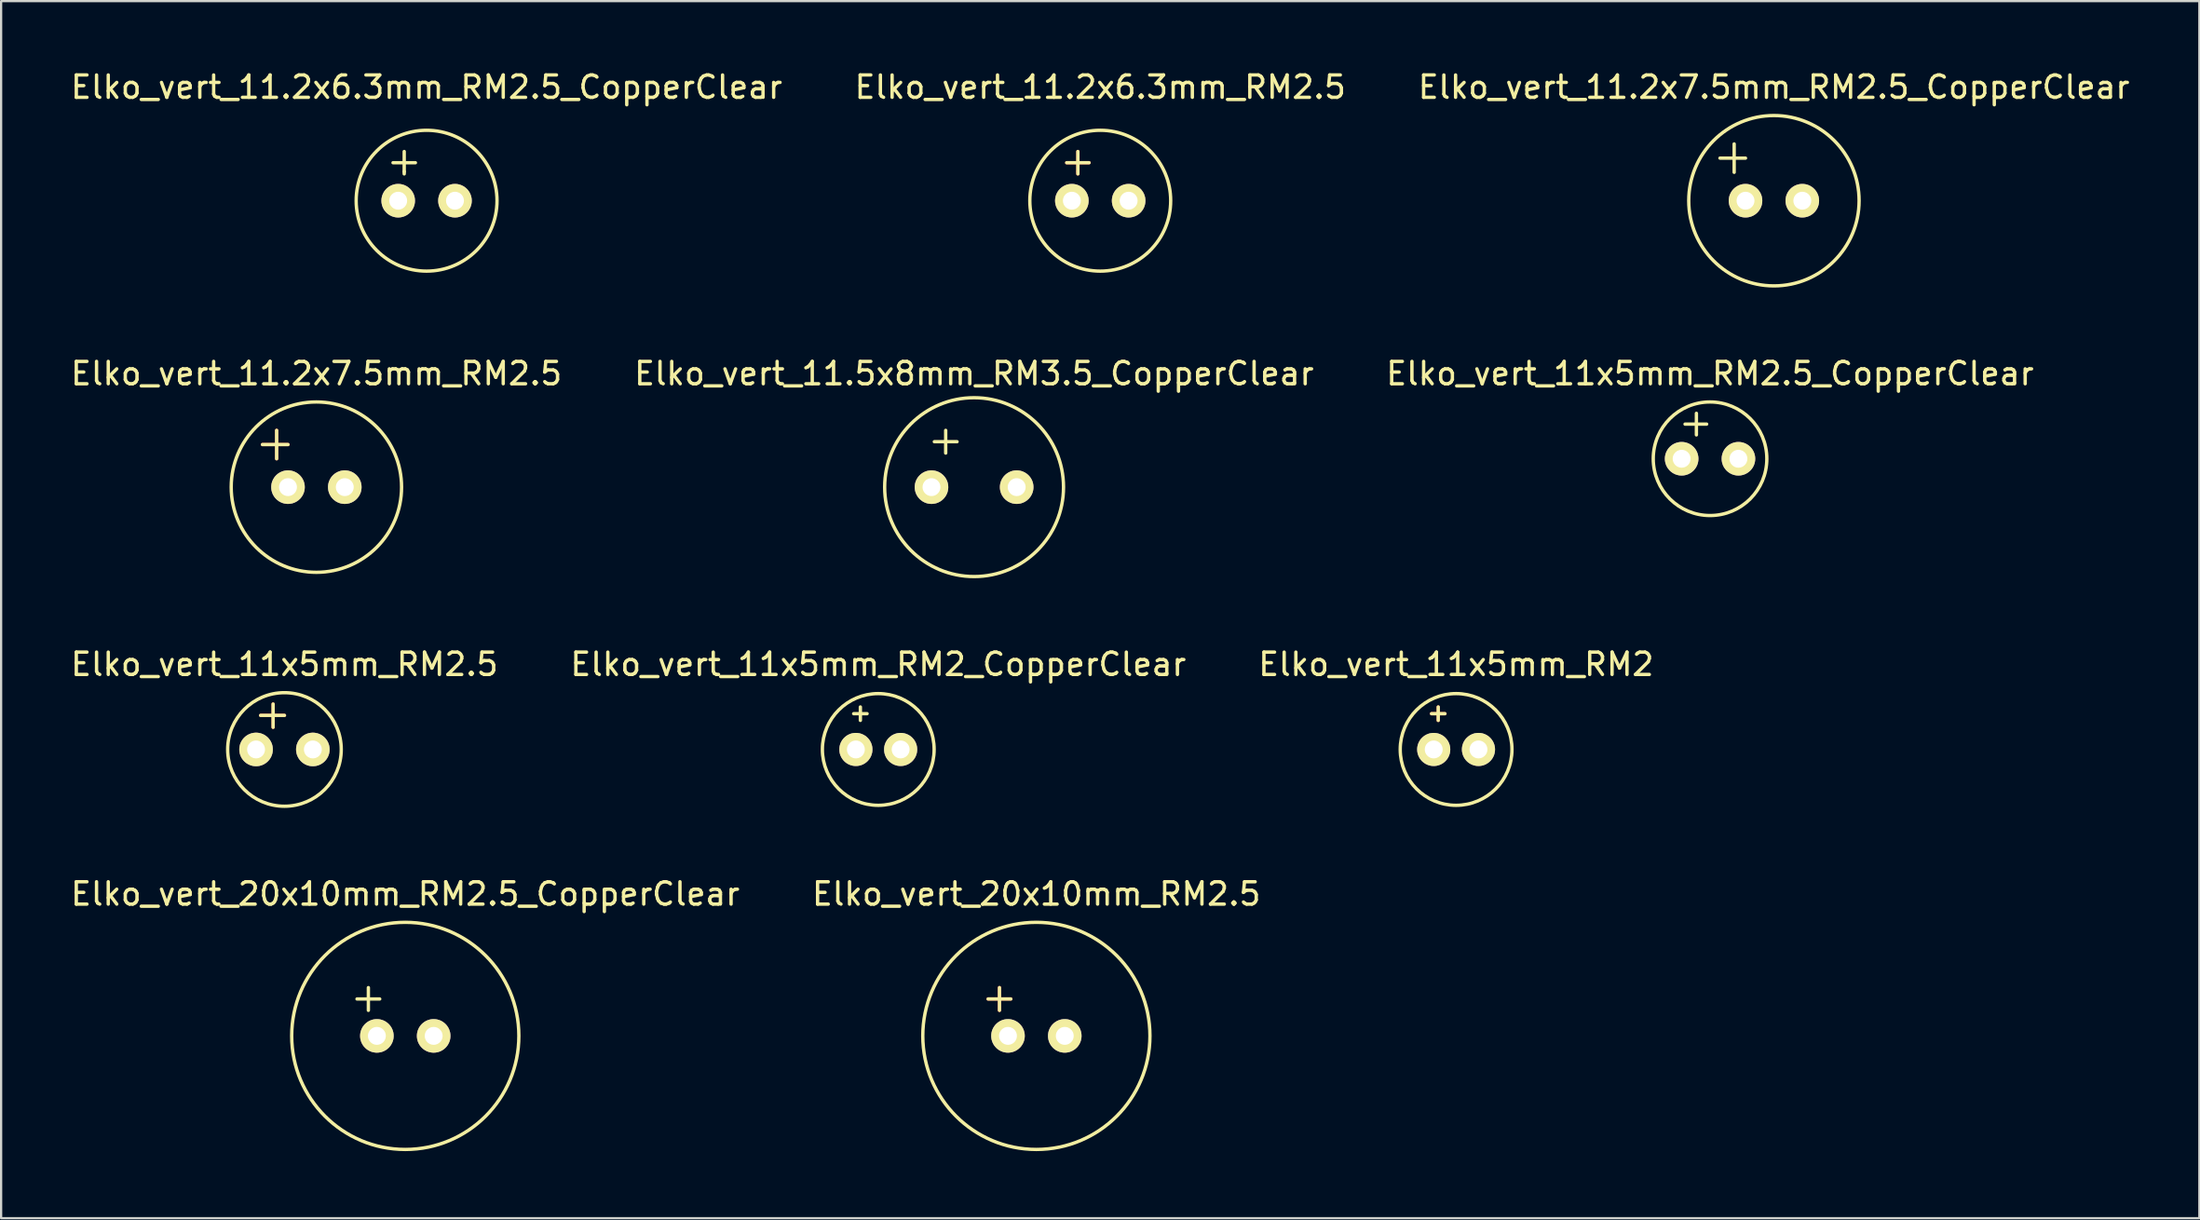
<source format=kicad_pcb>
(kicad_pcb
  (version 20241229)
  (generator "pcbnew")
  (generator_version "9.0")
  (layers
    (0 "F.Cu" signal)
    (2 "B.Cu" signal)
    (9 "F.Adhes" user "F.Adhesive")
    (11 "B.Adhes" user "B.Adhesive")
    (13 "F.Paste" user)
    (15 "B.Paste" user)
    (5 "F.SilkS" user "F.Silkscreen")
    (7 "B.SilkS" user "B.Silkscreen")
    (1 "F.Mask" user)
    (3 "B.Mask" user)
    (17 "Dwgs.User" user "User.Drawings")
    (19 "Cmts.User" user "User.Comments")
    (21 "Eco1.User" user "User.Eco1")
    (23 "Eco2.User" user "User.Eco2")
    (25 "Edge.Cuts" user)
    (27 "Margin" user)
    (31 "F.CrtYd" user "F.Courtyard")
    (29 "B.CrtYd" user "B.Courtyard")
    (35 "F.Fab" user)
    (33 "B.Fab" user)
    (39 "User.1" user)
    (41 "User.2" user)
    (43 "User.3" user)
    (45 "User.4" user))
  (footprint "Elko_vert_11x5mm_RM2.5"
    (layer "F.Cu")
    (at 8.403 30.475)
    (property "Reference" "Elko_vert_11x5mm_RM2.5" (at 1.27 -3.81 0) (layer "F.SilkS") (effects (font (size 1 1) (thickness 0.15))))
    (attr through_hole)
    (fp_line (start 0.203 -1.524) (end 1.27 -1.524) (stroke (width 0.15) (type solid)) (layer "F.Cu"))
    (fp_line (start 0.762 -2.032) (end 0.762 -0.991) (stroke (width 0.15) (type solid)) (layer "F.Cu"))
    (fp_line (start 0.762 -2.032) (end 0.762 -0.991) (stroke (width 0.15) (type solid)) (layer "F.SilkS"))
    (fp_line (start 1.27 -1.524) (end 0.203 -1.524) (stroke (width 0.15) (type solid)) (layer "F.SilkS"))
    (fp_circle (center 1.27 0) (end 3.81 0) (stroke (width 0.15) (type solid)) (fill no) (layer "F.SilkS"))
    (pad "1" thru_hole circle (at 0 0) (size 1.501 1.501) (drill 0.8) (layers "*.Cu" "*.Mask" "F.SilkS"))
    (pad "2" thru_hole circle (at 2.54 0) (size 1.501 1.501) (drill 0.8) (layers "*.Cu" "*.Mask" "F.SilkS")))
  (footprint "Elko_vert_11.2x6.3mm_RM2.5_CopperClear"
    (layer "F.Cu")
    (at 14.76 5.928)
    (property "Reference" "Elko_vert_11.2x6.3mm_RM2.5_CopperClear" (at 1.27 -5.08 0) (layer "F.SilkS") (effects (font (size 1 1) (thickness 0.15))))
    (attr through_hole)
    (fp_line (start -0.231 -1.699) (end 0.269 -1.699) (stroke (width 0.15) (type solid)) (layer "F.SilkS"))
    (fp_line (start 0.269 -1.699) (end 0.269 -2.2) (stroke (width 0.15) (type solid)) (layer "F.SilkS"))
    (fp_line (start 0.269 -1.699) (end 0.269 -1.3) (stroke (width 0.15) (type solid)) (layer "F.SilkS"))
    (fp_line (start 0.269 -1.699) (end 0.77 -1.699) (stroke (width 0.15) (type solid)) (layer "F.SilkS"))
    (fp_line (start 0.269 -1.3) (end 0.269 -1.199) (stroke (width 0.15) (type solid)) (layer "F.SilkS"))
    (fp_circle (center 1.27 0) (end 4.42 0) (stroke (width 0.15) (type solid)) (fill no) (layer "F.SilkS"))
    (pad "1" thru_hole circle (at 0 0) (size 1.501 1.501) (drill 0.8) (layers "*.Cu" "*.Mask" "F.SilkS"))
    (pad "2" thru_hole circle (at 2.54 0) (size 1.501 1.501) (drill 0.8) (layers "*.Cu" "*.Mask" "F.SilkS")))
  (footprint "Elko_vert_11.5x8mm_RM3.5_CopperClear"
    (layer "F.Cu")
    (at 38.613 18.741)
    (property "Reference" "Elko_vert_11.5x8mm_RM3.5_CopperClear" (at 1.905 -5.08 0) (layer "F.SilkS") (effects (font (size 1 1) (thickness 0.15))))
    (attr through_hole)
    (fp_line (start 0.127 -2.032) (end 1.143 -2.032) (stroke (width 0.15) (type solid)) (layer "F.SilkS"))
    (fp_line (start 0.635 -2.54) (end 0.635 -1.524) (stroke (width 0.15) (type solid)) (layer "F.SilkS"))
    (fp_circle (center 1.905 0) (end 5.905 0) (stroke (width 0.15) (type solid)) (fill no) (layer "F.SilkS"))
    (pad "1" thru_hole circle (at 0 0) (size 1.501 1.501) (drill 0.8) (layers "*.Cu" "*.Mask" "F.SilkS"))
    (pad "2" thru_hole circle (at 3.81 0) (size 1.501 1.501) (drill 0.8) (layers "*.Cu" "*.Mask" "F.SilkS")))
  (footprint "Elko_vert_20x10mm_RM2.5_CopperClear"
    (layer "F.Cu")
    (at 13.807 43.288)
    (property "Reference" "Elko_vert_20x10mm_RM2.5_CopperClear" (at 1.27 -6.35 0) (layer "F.SilkS") (effects (font (size 1 1) (thickness 0.15))))
    (attr through_hole)
    (fp_line (start -0.889 -1.651) (end 0.127 -1.651) (stroke (width 0.15) (type solid)) (layer "F.SilkS"))
    (fp_line (start -0.381 -2.159) (end -0.381 -1.143) (stroke (width 0.15) (type solid)) (layer "F.SilkS"))
    (fp_circle (center 1.27 0) (end 6.35 0) (stroke (width 0.15) (type solid)) (fill no) (layer "F.SilkS"))
    (pad "1" thru_hole circle (at 0 0) (size 1.501 1.501) (drill 0.8) (layers "*.Cu" "*.Mask" "F.SilkS"))
    (pad "2" thru_hole circle (at 2.54 0) (size 1.501 1.501) (drill 0.8) (layers "*.Cu" "*.Mask" "F.SilkS")))
  (footprint "Elko_vert_11.2x7.5mm_RM2.5"
    (layer "F.Cu")
    (at 9.831 18.741)
    (property "Reference" "Elko_vert_11.2x7.5mm_RM2.5" (at 1.27 -5.08 0) (layer "F.SilkS") (effects (font (size 1 1) (thickness 0.15))))
    (attr through_hole)
    (fp_line (start -1.143 -1.905) (end 0 -1.905) (stroke (width 0.15) (type solid)) (layer "F.Cu"))
    (fp_line (start -0.508 -2.54) (end -0.508 -1.27) (stroke (width 0.15) (type solid)) (layer "F.Cu"))
    (fp_line (start -1.143 -1.905) (end 0 -1.905) (stroke (width 0.15) (type solid)) (layer "F.SilkS"))
    (fp_line (start -0.508 -2.54) (end -0.508 -1.27) (stroke (width 0.15) (type solid)) (layer "F.SilkS"))
    (fp_circle (center 1.27 0) (end 5.08 0) (stroke (width 0.15) (type solid)) (fill no) (layer "F.SilkS"))
    (pad "1" thru_hole circle (at 0 0) (size 1.501 1.501) (drill 0.8) (layers "*.Cu" "*.Mask" "F.SilkS"))
    (pad "2" thru_hole circle (at 2.54 0) (size 1.501 1.501) (drill 0.8) (layers "*.Cu" "*.Mask" "F.SilkS")))
  (footprint "Elko_vert_11.2x7.5mm_RM2.5_CopperClear"
    (layer "F.Cu")
    (at 75.022 5.928)
    (property "Reference" "Elko_vert_11.2x7.5mm_RM2.5_CopperClear" (at 1.27 -5.08 0) (layer "F.SilkS") (effects (font (size 1 1) (thickness 0.15))))
    (attr through_hole)
    (fp_line (start -1.143 -1.905) (end 0 -1.905) (stroke (width 0.15) (type solid)) (layer "F.SilkS"))
    (fp_line (start -0.508 -2.54) (end -0.508 -1.27) (stroke (width 0.15) (type solid)) (layer "F.SilkS"))
    (fp_circle (center 1.27 0) (end 5.08 0) (stroke (width 0.15) (type solid)) (fill no) (layer "F.SilkS"))
    (pad "1" thru_hole circle (at 0 0) (size 1.501 1.501) (drill 0.8) (layers "*.Cu" "*.Mask" "F.SilkS"))
    (pad "2" thru_hole circle (at 2.54 0) (size 1.501 1.501) (drill 0.8) (layers "*.Cu" "*.Mask" "F.SilkS")))
  (footprint "Elko_vert_11x5mm_RM2.5_CopperClear"
    (layer "F.Cu")
    (at 72.165 17.471)
    (property "Reference" "Elko_vert_11x5mm_RM2.5_CopperClear" (at 1.27 -3.81 0) (layer "F.SilkS") (effects (font (size 1 1) (thickness 0.15))))
    (attr through_hole)
    (fp_line (start 0.152 -1.549) (end 1.118 -1.549) (stroke (width 0.15) (type solid)) (layer "F.SilkS"))
    (fp_line (start 0.66 -2.032) (end 0.66 -1.067) (stroke (width 0.15) (type solid)) (layer "F.SilkS"))
    (fp_circle (center 1.27 0) (end 3.81 0) (stroke (width 0.15) (type solid)) (fill no) (layer "F.SilkS"))
    (pad "1" thru_hole circle (at 0 0) (size 1.501 1.501) (drill 0.8) (layers "*.Cu" "*.Mask" "F.SilkS"))
    (pad "2" thru_hole circle (at 2.54 0) (size 1.501 1.501) (drill 0.8) (layers "*.Cu" "*.Mask" "F.SilkS")))
  (footprint "Elko_vert_11x5mm_RM2_CopperClear"
    (layer "F.Cu")
    (at 35.216 30.475)
    (property "Reference" "Elko_vert_11x5mm_RM2_CopperClear" (at 1.016 -3.81 0) (layer "F.SilkS") (effects (font (size 1 1) (thickness 0.15))))
    (attr through_hole)
    (fp_line (start -0.084 -1.6) (end 0.216 -1.6) (stroke (width 0.15) (type solid)) (layer "F.SilkS"))
    (fp_line (start 0.216 -1.6) (end 0.216 -1.9) (stroke (width 0.15) (type solid)) (layer "F.SilkS"))
    (fp_line (start 0.216 -1.6) (end 0.216 -1.3) (stroke (width 0.15) (type solid)) (layer "F.SilkS"))
    (fp_line (start 0.216 -1.6) (end 0.516 -1.6) (stroke (width 0.15) (type solid)) (layer "F.SilkS"))
    (fp_circle (center 1.016 0) (end 3.515 0) (stroke (width 0.15) (type solid)) (fill no) (layer "F.SilkS"))
    (pad "1" thru_hole circle (at 0.015 0) (size 1.481 1.481) (drill 0.8) (layers "*.Cu" "*.Mask" "F.SilkS"))
    (pad "2" thru_hole circle (at 2.017 0) (size 1.481 1.481) (drill 0.8) (layers "*.Cu" "*.Mask" "F.SilkS")))
  (footprint "Elko_vert_20x10mm_RM2.5"
    (layer "F.Cu")
    (at 42.034 43.288)
    (property "Reference" "Elko_vert_20x10mm_RM2.5" (at 1.27 -6.35 0) (layer "F.SilkS") (effects (font (size 1 1) (thickness 0.15))))
    (attr through_hole)
    (fp_line (start -0.889 -1.651) (end 0.127 -1.651) (stroke (width 0.15) (type solid)) (layer "F.Cu"))
    (fp_line (start -0.381 -2.159) (end -0.381 -1.143) (stroke (width 0.15) (type solid)) (layer "F.Cu"))
    (fp_line (start -0.889 -1.651) (end 0.127 -1.651) (stroke (width 0.15) (type solid)) (layer "F.SilkS"))
    (fp_line (start -0.381 -2.159) (end -0.381 -1.143) (stroke (width 0.15) (type solid)) (layer "F.SilkS"))
    (fp_circle (center 1.27 0) (end 6.35 0) (stroke (width 0.15) (type solid)) (fill no) (layer "F.SilkS"))
    (pad "1" thru_hole circle (at 0 0) (size 1.501 1.501) (drill 0.8) (layers "*.Cu" "*.Mask" "F.SilkS"))
    (pad "2" thru_hole circle (at 2.54 0) (size 1.501 1.501) (drill 0.8) (layers "*.Cu" "*.Mask" "F.SilkS")))
  (footprint "Elko_vert_11x5mm_RM2"
    (layer "F.Cu")
    (at 61.061 30.475)
    (property "Reference" "Elko_vert_11x5mm_RM2" (at 1.016 -3.81 0) (layer "F.SilkS") (effects (font (size 1 1) (thickness 0.15))))
    (attr through_hole)
    (fp_line (start -0.084 -1.6) (end 0.216 -1.6) (stroke (width 0.15) (type solid)) (layer "F.Cu"))
    (fp_line (start 0.216 -1.6) (end 0.216 -1.9) (stroke (width 0.15) (type solid)) (layer "F.Cu"))
    (fp_line (start 0.216 -1.6) (end 0.216 -1.3) (stroke (width 0.15) (type solid)) (layer "F.Cu"))
    (fp_line (start 0.216 -1.6) (end 0.516 -1.6) (stroke (width 0.15) (type solid)) (layer "F.Cu"))
    (fp_line (start -0.084 -1.6) (end 0.516 -1.6) (stroke (width 0.15) (type solid)) (layer "F.SilkS"))
    (fp_line (start 0.216 -1.9) (end 0.216 -1.3) (stroke (width 0.15) (type solid)) (layer "F.SilkS"))
    (fp_circle (center 1.016 0) (end 3.515 0) (stroke (width 0.15) (type solid)) (fill no) (layer "F.SilkS"))
    (pad "1" thru_hole circle (at 0.015 0) (size 1.481 1.481) (drill 0.8) (layers "*.Cu" "*.Mask" "F.SilkS"))
    (pad "2" thru_hole circle (at 2.017 0) (size 1.481 1.481) (drill 0.8) (layers "*.Cu" "*.Mask" "F.SilkS")))
  (footprint "Elko_vert_11.2x6.3mm_RM2.5"
    (layer "F.Cu")
    (at 44.891 5.928)
    (property "Reference" "Elko_vert_11.2x6.3mm_RM2.5" (at 1.27 -5.08 0) (layer "F.SilkS") (effects (font (size 1 1) (thickness 0.15))))
    (attr through_hole)
    (fp_line (start -0.231 -1.699) (end 0.269 -1.699) (stroke (width 0.15) (type solid)) (layer "F.Cu"))
    (fp_line (start 0.269 -1.699) (end 0.269 -2.2) (stroke (width 0.15) (type solid)) (layer "F.Cu"))
    (fp_line (start 0.269 -1.699) (end 0.269 -1.3) (stroke (width 0.15) (type solid)) (layer "F.Cu"))
    (fp_line (start 0.269 -1.699) (end 0.77 -1.699) (stroke (width 0.15) (type solid)) (layer "F.Cu"))
    (fp_line (start 0.269 -1.3) (end 0.269 -1.199) (stroke (width 0.15) (type solid)) (layer "F.Cu"))
    (fp_line (start -0.231 -1.699) (end 0.77 -1.699) (stroke (width 0.15) (type solid)) (layer "F.SilkS"))
    (fp_line (start 0.269 -2.2) (end 0.269 -1.199) (stroke (width 0.15) (type solid)) (layer "F.SilkS"))
    (fp_circle (center 1.27 0) (end 4.42 0) (stroke (width 0.15) (type solid)) (fill no) (layer "F.SilkS"))
    (pad "1" thru_hole circle (at 0 0) (size 1.501 1.501) (drill 0.8) (layers "*.Cu" "*.Mask" "F.SilkS"))
    (pad "2" thru_hole circle (at 2.54 0) (size 1.501 1.501) (drill 0.8) (layers "*.Cu" "*.Mask" "F.SilkS")))
  (gr_rect
    (start -3 -3)
    (end 95.321 51.444)
    (stroke (width 0.1) (type default))
    (fill no)
    (layer "Edge.Cuts")))
</source>
